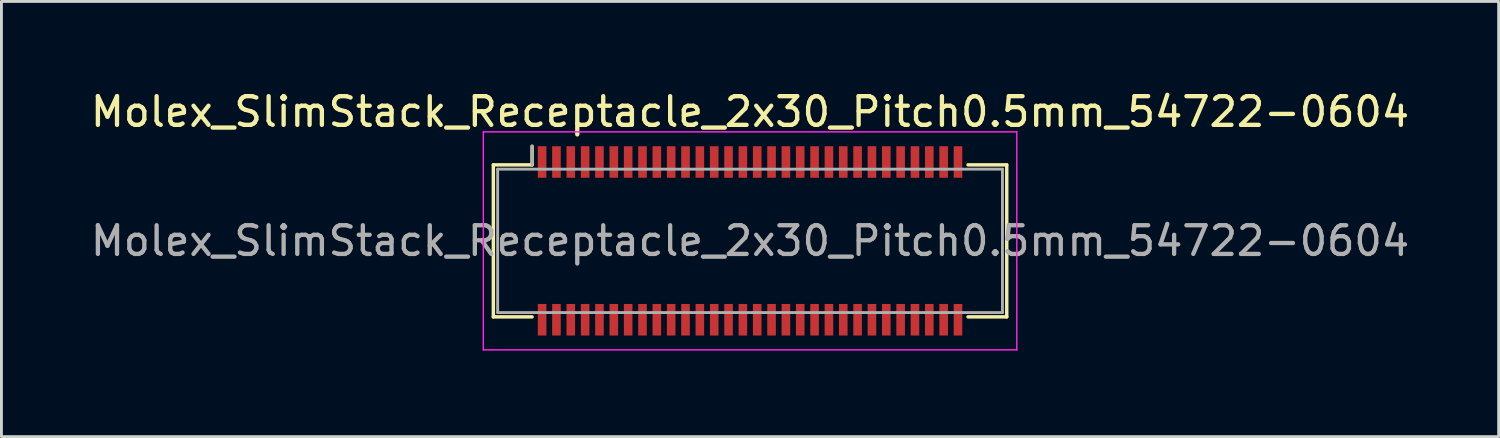
<source format=kicad_pcb>
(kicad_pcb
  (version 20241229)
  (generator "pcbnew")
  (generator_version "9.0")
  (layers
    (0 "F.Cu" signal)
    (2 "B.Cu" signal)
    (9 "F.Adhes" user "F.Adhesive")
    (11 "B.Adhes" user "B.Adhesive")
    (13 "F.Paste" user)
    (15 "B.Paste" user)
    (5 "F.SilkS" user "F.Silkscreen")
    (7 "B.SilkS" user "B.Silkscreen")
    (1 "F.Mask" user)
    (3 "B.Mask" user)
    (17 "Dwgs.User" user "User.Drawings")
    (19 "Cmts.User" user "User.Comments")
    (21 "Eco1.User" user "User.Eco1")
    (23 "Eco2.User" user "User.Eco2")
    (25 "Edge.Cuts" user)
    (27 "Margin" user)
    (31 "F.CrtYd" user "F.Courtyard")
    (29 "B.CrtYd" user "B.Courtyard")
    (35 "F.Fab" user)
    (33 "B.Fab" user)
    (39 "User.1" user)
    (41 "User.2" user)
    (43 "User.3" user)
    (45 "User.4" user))
  (footprint "Molex_SlimStack_Receptacle_2x30_Pitch0.5mm_54722-0604"
    (layer "F.Cu")
    (at 23.101 5.348)
    (property "Reference" "Molex_SlimStack_Receptacle_2x30_Pitch0.5mm_54722-0604" (at 0 -4.5 0) (layer "F.SilkS") (effects (font (size 1 1) (thickness 0.15))))
    (attr smd)
    (fp_line (start -8.95 -2.65) (end -7.6 -2.65) (stroke (width 0.12) (type solid)) (layer "F.SilkS"))
    (fp_line (start -8.95 2.65) (end -8.95 -2.65) (stroke (width 0.12) (type solid)) (layer "F.SilkS"))
    (fp_line (start -7.6 -2.65) (end -7.6 -3.3) (stroke (width 0.12) (type solid)) (layer "F.SilkS"))
    (fp_line (start -7.6 2.65) (end -8.95 2.65) (stroke (width 0.12) (type solid)) (layer "F.SilkS"))
    (fp_line (start 7.6 2.65) (end 8.95 2.65) (stroke (width 0.12) (type solid)) (layer "F.SilkS"))
    (fp_line (start 8.95 -2.65) (end 7.6 -2.65) (stroke (width 0.12) (type solid)) (layer "F.SilkS"))
    (fp_line (start 8.95 2.65) (end 8.95 -2.65) (stroke (width 0.12) (type solid)) (layer "F.SilkS"))
    (fp_line (start -9.3 -3.8) (end -9.3 3.8) (stroke (width 0.05) (type solid)) (layer "F.CrtYd"))
    (fp_line (start -9.3 3.8) (end 9.3 3.8) (stroke (width 0.05) (type solid)) (layer "F.CrtYd"))
    (fp_line (start 9.3 -3.8) (end -9.3 -3.8) (stroke (width 0.05) (type solid)) (layer "F.CrtYd"))
    (fp_line (start 9.3 3.8) (end 9.3 -3.8) (stroke (width 0.05) (type solid)) (layer "F.CrtYd"))
    (fp_line (start -8.8 -2.5) (end -8.8 2.5) (stroke (width 0.1) (type solid)) (layer "F.Fab"))
    (fp_line (start -8.8 2.5) (end 8.8 2.5) (stroke (width 0.1) (type solid)) (layer "F.Fab"))
    (fp_line (start -7.6 -2.65) (end -7.6 -3.3) (stroke (width 0.1) (type solid)) (layer "F.Fab"))
    (fp_line (start 8.8 -2.5) (end -8.8 -2.5) (stroke (width 0.1) (type solid)) (layer "F.Fab"))
    (fp_line (start 8.8 2.5) (end 8.8 -2.5) (stroke (width 0.1) (type solid)) (layer "F.Fab"))
    (fp_text user "${REFERENCE}" (at 0 0 0) (layer "F.Fab") (effects (font (size 1 1) (thickness 0.15))))
    (pad "1" smd rect (at -7.25 -2.75) (size 0.3 1.1) (layers "F.Cu" "F.Mask" "F.Paste"))
    (pad "2" smd rect (at -7.25 2.75) (size 0.3 1.1) (layers "F.Cu" "F.Mask" "F.Paste"))
    (pad "3" smd rect (at -6.75 -2.75) (size 0.3 1.1) (layers "F.Cu" "F.Mask" "F.Paste"))
    (pad "4" smd rect (at -6.75 2.75) (size 0.3 1.1) (layers "F.Cu" "F.Mask" "F.Paste"))
    (pad "5" smd rect (at -6.25 -2.75) (size 0.3 1.1) (layers "F.Cu" "F.Mask" "F.Paste"))
    (pad "6" smd rect (at -6.25 2.75) (size 0.3 1.1) (layers "F.Cu" "F.Mask" "F.Paste"))
    (pad "7" smd rect (at -5.75 -2.75) (size 0.3 1.1) (layers "F.Cu" "F.Mask" "F.Paste"))
    (pad "8" smd rect (at -5.75 2.75) (size 0.3 1.1) (layers "F.Cu" "F.Mask" "F.Paste"))
    (pad "9" smd rect (at -5.25 -2.75) (size 0.3 1.1) (layers "F.Cu" "F.Mask" "F.Paste"))
    (pad "10" smd rect (at -5.25 2.75) (size 0.3 1.1) (layers "F.Cu" "F.Mask" "F.Paste"))
    (pad "11" smd rect (at -4.75 -2.75) (size 0.3 1.1) (layers "F.Cu" "F.Mask" "F.Paste"))
    (pad "12" smd rect (at -4.75 2.75) (size 0.3 1.1) (layers "F.Cu" "F.Mask" "F.Paste"))
    (pad "13" smd rect (at -4.25 -2.75) (size 0.3 1.1) (layers "F.Cu" "F.Mask" "F.Paste"))
    (pad "14" smd rect (at -4.25 2.75) (size 0.3 1.1) (layers "F.Cu" "F.Mask" "F.Paste"))
    (pad "15" smd rect (at -3.75 -2.75) (size 0.3 1.1) (layers "F.Cu" "F.Mask" "F.Paste"))
    (pad "16" smd rect (at -3.75 2.75) (size 0.3 1.1) (layers "F.Cu" "F.Mask" "F.Paste"))
    (pad "17" smd rect (at -3.25 -2.75) (size 0.3 1.1) (layers "F.Cu" "F.Mask" "F.Paste"))
    (pad "18" smd rect (at -3.25 2.75) (size 0.3 1.1) (layers "F.Cu" "F.Mask" "F.Paste"))
    (pad "19" smd rect (at -2.75 -2.75) (size 0.3 1.1) (layers "F.Cu" "F.Mask" "F.Paste"))
    (pad "20" smd rect (at -2.75 2.75) (size 0.3 1.1) (layers "F.Cu" "F.Mask" "F.Paste"))
    (pad "21" smd rect (at -2.25 -2.75) (size 0.3 1.1) (layers "F.Cu" "F.Mask" "F.Paste"))
    (pad "22" smd rect (at -2.25 2.75) (size 0.3 1.1) (layers "F.Cu" "F.Mask" "F.Paste"))
    (pad "23" smd rect (at -1.75 -2.75) (size 0.3 1.1) (layers "F.Cu" "F.Mask" "F.Paste"))
    (pad "24" smd rect (at -1.75 2.75) (size 0.3 1.1) (layers "F.Cu" "F.Mask" "F.Paste"))
    (pad "25" smd rect (at -1.25 -2.75) (size 0.3 1.1) (layers "F.Cu" "F.Mask" "F.Paste"))
    (pad "26" smd rect (at -1.25 2.75) (size 0.3 1.1) (layers "F.Cu" "F.Mask" "F.Paste"))
    (pad "27" smd rect (at -0.75 -2.75) (size 0.3 1.1) (layers "F.Cu" "F.Mask" "F.Paste"))
    (pad "28" smd rect (at -0.75 2.75) (size 0.3 1.1) (layers "F.Cu" "F.Mask" "F.Paste"))
    (pad "29" smd rect (at -0.25 -2.75) (size 0.3 1.1) (layers "F.Cu" "F.Mask" "F.Paste"))
    (pad "30" smd rect (at -0.25 2.75) (size 0.3 1.1) (layers "F.Cu" "F.Mask" "F.Paste"))
    (pad "31" smd rect (at 0.25 -2.75) (size 0.3 1.1) (layers "F.Cu" "F.Mask" "F.Paste"))
    (pad "32" smd rect (at 0.25 2.75) (size 0.3 1.1) (layers "F.Cu" "F.Mask" "F.Paste"))
    (pad "33" smd rect (at 0.75 -2.75) (size 0.3 1.1) (layers "F.Cu" "F.Mask" "F.Paste"))
    (pad "34" smd rect (at 0.75 2.75) (size 0.3 1.1) (layers "F.Cu" "F.Mask" "F.Paste"))
    (pad "35" smd rect (at 1.25 -2.75) (size 0.3 1.1) (layers "F.Cu" "F.Mask" "F.Paste"))
    (pad "36" smd rect (at 1.25 2.75) (size 0.3 1.1) (layers "F.Cu" "F.Mask" "F.Paste"))
    (pad "37" smd rect (at 1.75 -2.75) (size 0.3 1.1) (layers "F.Cu" "F.Mask" "F.Paste"))
    (pad "38" smd rect (at 1.75 2.75) (size 0.3 1.1) (layers "F.Cu" "F.Mask" "F.Paste"))
    (pad "39" smd rect (at 2.25 -2.75) (size 0.3 1.1) (layers "F.Cu" "F.Mask" "F.Paste"))
    (pad "40" smd rect (at 2.25 2.75) (size 0.3 1.1) (layers "F.Cu" "F.Mask" "F.Paste"))
    (pad "41" smd rect (at 2.75 -2.75) (size 0.3 1.1) (layers "F.Cu" "F.Mask" "F.Paste"))
    (pad "42" smd rect (at 2.75 2.75) (size 0.3 1.1) (layers "F.Cu" "F.Mask" "F.Paste"))
    (pad "43" smd rect (at 3.25 -2.75) (size 0.3 1.1) (layers "F.Cu" "F.Mask" "F.Paste"))
    (pad "44" smd rect (at 3.25 2.75) (size 0.3 1.1) (layers "F.Cu" "F.Mask" "F.Paste"))
    (pad "45" smd rect (at 3.75 -2.75) (size 0.3 1.1) (layers "F.Cu" "F.Mask" "F.Paste"))
    (pad "46" smd rect (at 3.75 2.75) (size 0.3 1.1) (layers "F.Cu" "F.Mask" "F.Paste"))
    (pad "47" smd rect (at 4.25 -2.75) (size 0.3 1.1) (layers "F.Cu" "F.Mask" "F.Paste"))
    (pad "48" smd rect (at 4.25 2.75) (size 0.3 1.1) (layers "F.Cu" "F.Mask" "F.Paste"))
    (pad "49" smd rect (at 4.75 -2.75) (size 0.3 1.1) (layers "F.Cu" "F.Mask" "F.Paste"))
    (pad "50" smd rect (at 4.75 2.75) (size 0.3 1.1) (layers "F.Cu" "F.Mask" "F.Paste"))
    (pad "51" smd rect (at 5.25 -2.75) (size 0.3 1.1) (layers "F.Cu" "F.Mask" "F.Paste"))
    (pad "52" smd rect (at 5.25 2.75) (size 0.3 1.1) (layers "F.Cu" "F.Mask" "F.Paste"))
    (pad "53" smd rect (at 5.75 -2.75) (size 0.3 1.1) (layers "F.Cu" "F.Mask" "F.Paste"))
    (pad "54" smd rect (at 5.75 2.75) (size 0.3 1.1) (layers "F.Cu" "F.Mask" "F.Paste"))
    (pad "55" smd rect (at 6.25 -2.75) (size 0.3 1.1) (layers "F.Cu" "F.Mask" "F.Paste"))
    (pad "56" smd rect (at 6.25 2.75) (size 0.3 1.1) (layers "F.Cu" "F.Mask" "F.Paste"))
    (pad "57" smd rect (at 6.75 -2.75) (size 0.3 1.1) (layers "F.Cu" "F.Mask" "F.Paste"))
    (pad "58" smd rect (at 6.75 2.75) (size 0.3 1.1) (layers "F.Cu" "F.Mask" "F.Paste"))
    (pad "59" smd rect (at 7.25 -2.75) (size 0.3 1.1) (layers "F.Cu" "F.Mask" "F.Paste"))
    (pad "60" smd rect (at 7.25 2.75) (size 0.3 1.1) (layers "F.Cu" "F.Mask" "F.Paste")))
  (gr_rect
    (start -3 -3)
    (end 49.202 12.173)
    (stroke (width 0.1) (type default))
    (fill no)
    (layer "Edge.Cuts")))
</source>
